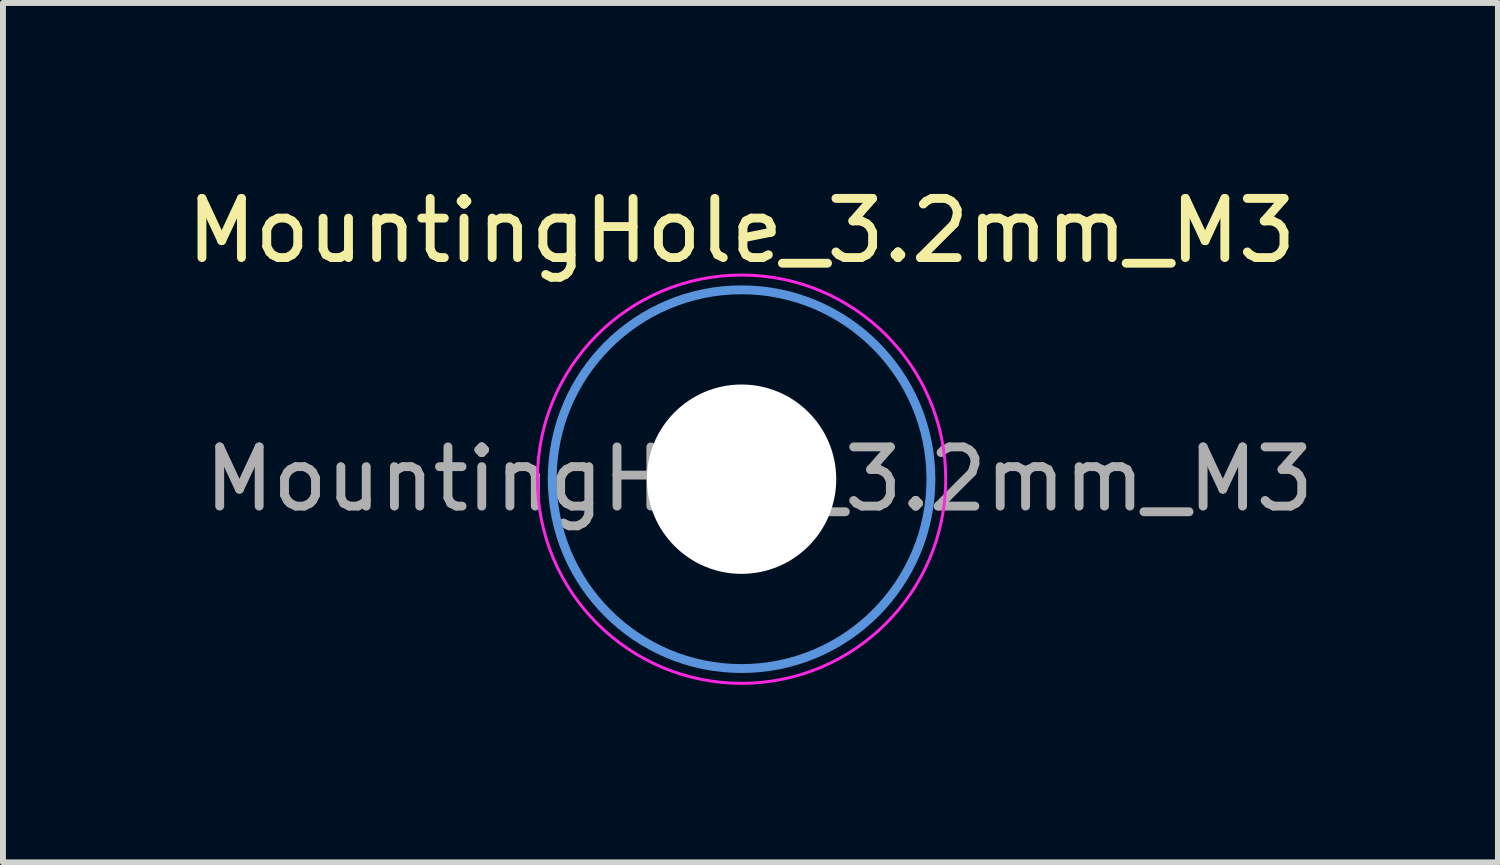
<source format=kicad_pcb>
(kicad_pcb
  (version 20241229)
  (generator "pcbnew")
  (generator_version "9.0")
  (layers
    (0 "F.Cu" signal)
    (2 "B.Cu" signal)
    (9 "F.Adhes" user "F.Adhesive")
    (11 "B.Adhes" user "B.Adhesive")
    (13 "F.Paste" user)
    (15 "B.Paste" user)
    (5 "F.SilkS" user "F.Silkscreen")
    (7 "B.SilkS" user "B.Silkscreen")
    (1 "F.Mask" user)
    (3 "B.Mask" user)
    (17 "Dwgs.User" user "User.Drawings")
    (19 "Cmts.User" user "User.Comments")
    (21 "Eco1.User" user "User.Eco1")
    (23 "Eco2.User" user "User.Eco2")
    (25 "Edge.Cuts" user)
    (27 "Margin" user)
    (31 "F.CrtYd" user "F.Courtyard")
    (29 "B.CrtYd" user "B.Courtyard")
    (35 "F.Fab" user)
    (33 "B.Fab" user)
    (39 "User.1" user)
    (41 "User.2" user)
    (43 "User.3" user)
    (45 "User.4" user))
  (footprint "MountingHole_3.2mm_M3"
    (layer "F.Cu")
    (at 9.482 5.048)
    (property "Reference" "MountingHole_3.2mm_M3" (at 0 -4.2 0) (layer "F.SilkS") (effects (font (size 1 1) (thickness 0.15))))
    (attr exclude_from_pos_files exclude_from_bom)
    (fp_circle (center 0 0) (end 3.2 0) (stroke (width 0.15) (type solid)) (fill no) (layer "Cmts.User"))
    (fp_circle (center 0 0) (end 3.45 0) (stroke (width 0.05) (type solid)) (fill no) (layer "F.CrtYd"))
    (fp_text user "${REFERENCE}" (at 0.3 0 0) (layer "F.Fab") (effects (font (size 1 1) (thickness 0.15))))
    (pad "" np_thru_hole circle (at 0 0) (size 3.2 3.2) (drill 3.2) (layers "*.Cu" "*.Mask")))
  (gr_rect
    (start -3 -3)
    (end 22.264 11.523)
    (stroke (width 0.1) (type default))
    (fill no)
    (layer "Edge.Cuts")))
</source>
